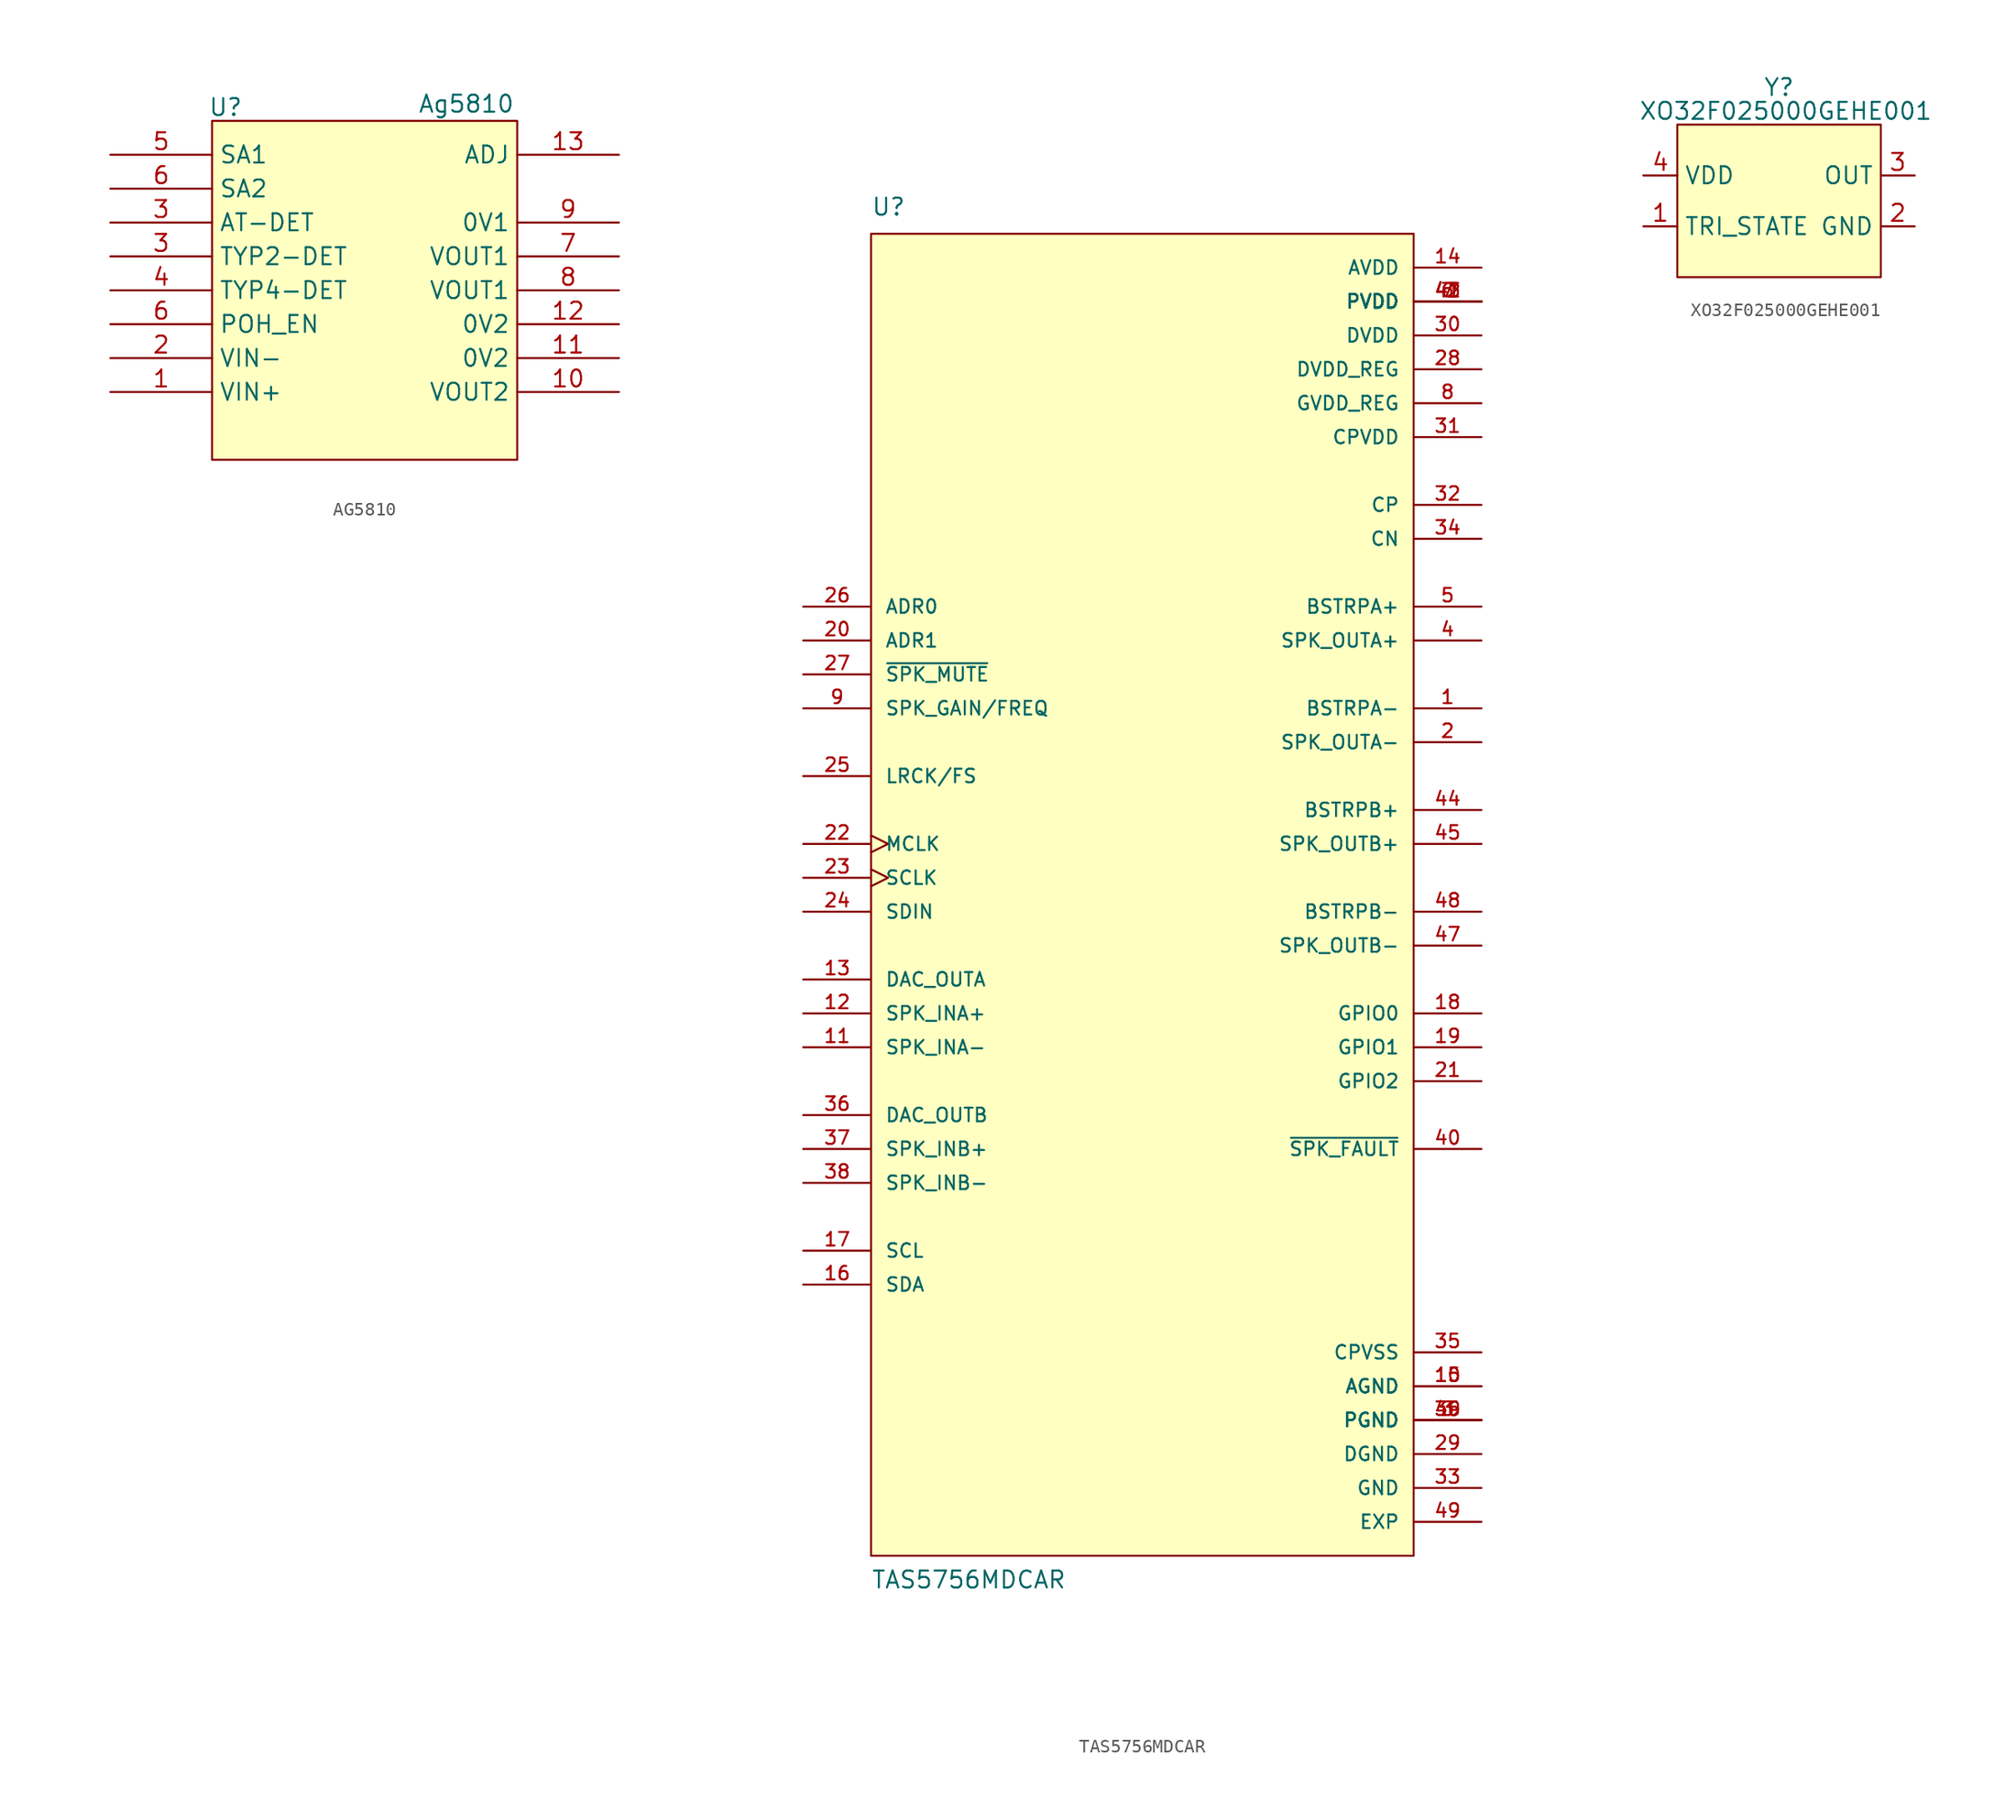
<source format=kicad_sym>
(kicad_symbol_lib
  (version 20241209)
  (generator "kicad_symbol_editor")
  (generator_version "9.0")
  (symbol "AG5810"
    (property "Reference" "U"
      (at -10.414 13.716 0)
      (effects (font (size 1.27 1.27))))
    (property "Value" "Ag5810"
      (at 7.62 13.97 0)
      (effects (font (size 1.27 1.27))))
    (symbol "AG5810_0_1"
      (pin output line (at -19.05 5.08 0) (length 7.62) (name "AT-DET" (effects (font (size 1.27 1.27)))) (number "3" (effects (font (size 1.27 1.27)))))
      (pin power_out line (at 19.05 -2.54 180) (length 7.62) (name "0V2" (effects (font (size 1.27 1.27)))) (number "12" (effects (font (size 1.27 1.27)))))
      (pin power_out line (at 19.05 -5.08 180) (length 7.62) (name "0V2" (effects (font (size 1.27 1.27)))) (number "11" (effects (font (size 1.27 1.27))))))
    (symbol "AG5810_1_1"
      (rectangle (start -11.43 12.7) (end 11.43 -12.7) (stroke (width 0) (type solid)) (fill (type background)))
      (pin input line (at -19.05 10.16 0) (length 7.62) (name "SA1" (effects (font (size 1.27 1.27)))) (number "5" (effects (font (size 1.27 1.27)))))
      (pin input line (at -19.05 7.62 0) (length 7.62) (name "SA2" (effects (font (size 1.27 1.27)))) (number "6" (effects (font (size 1.27 1.27)))))
      (pin output line (at -19.05 2.54 0) (length 7.62) (name "TYP2-DET" (effects (font (size 1.27 1.27)))) (number "3" (effects (font (size 1.27 1.27)))))
      (pin output line (at -19.05 0 0) (length 7.62) (name "TYP4-DET" (effects (font (size 1.27 1.27)))) (number "4" (effects (font (size 1.27 1.27)))))
      (pin input line (at -19.05 -2.54 0) (length 7.62) (name "POH_EN" (effects (font (size 1.27 1.27)))) (number "6" (effects (font (size 1.27 1.27)))))
      (pin power_in line (at -19.05 -5.08 0) (length 7.62) (name "VIN-" (effects (font (size 1.27 1.27)))) (number "2" (effects (font (size 1.27 1.27)))))
      (pin power_in line (at -19.05 -7.62 0) (length 7.62) (name "VIN+" (effects (font (size 1.27 1.27)))) (number "1" (effects (font (size 1.27 1.27)))))
      (pin input line (at 19.05 10.16 180) (length 7.62) (name "ADJ" (effects (font (size 1.27 1.27)))) (number "13" (effects (font (size 1.27 1.27)))))
      (pin power_out line (at 19.05 5.08 180) (length 7.62) (name "0V1" (effects (font (size 1.27 1.27)))) (number "9" (effects (font (size 1.27 1.27)))))
      (pin power_out line (at 19.05 2.54 180) (length 7.62) (name "VOUT1" (effects (font (size 1.27 1.27)))) (number "7" (effects (font (size 1.27 1.27)))))
      (pin power_out line (at 19.05 0 180) (length 7.62) (name "VOUT1" (effects (font (size 1.27 1.27)))) (number "8" (effects (font (size 1.27 1.27)))))
      (pin power_out line (at 19.05 -7.62 180) (length 7.62) (name "VOUT2" (effects (font (size 1.27 1.27)))) (number "10" (effects (font (size 1.27 1.27)))))))
  (symbol "TAS5756MDCAR"
    (pin_names
      (offset 1.016))
    (property "Reference" "U"
      (at -20.32 49.53 0)
      (effects (font (size 1.27 1.27)) (justify left bottom)))
    (property "Value" "TAS5756MDCAR"
      (at -20.32 -53.34 0)
      (effects (font (size 1.27 1.27)) (justify left bottom)))
    (symbol "TAS5756MDCAR_0_0"
      (rectangle (start -20.32 48.26) (end 20.32 -50.8) (stroke (width 0.152) (type default)) (fill (type background)))
      (pin input line (at -25.4 20.32 0) (length 5.08) (name "ADR0" (effects (font (size 1.016 1.016)))) (number "26" (effects (font (size 1.016 1.016)))))
      (pin input line (at -25.4 17.78 0) (length 5.08) (name "ADR1" (effects (font (size 1.016 1.016)))) (number "20" (effects (font (size 1.016 1.016)))))
      (pin input line (at -25.4 15.24 0) (length 5.08) (name "~{SPK_MUTE}" (effects (font (size 1.016 1.016)))) (number "27" (effects (font (size 1.016 1.016)))))
      (pin input line (at -25.4 12.7 0) (length 5.08) (name "SPK_GAIN/FREQ" (effects (font (size 1.016 1.016)))) (number "9" (effects (font (size 1.016 1.016)))))
      (pin bidirectional line (at -25.4 7.62 0) (length 5.08) (name "LRCK/FS" (effects (font (size 1.016 1.016)))) (number "25" (effects (font (size 1.016 1.016)))))
      (pin input clock (at -25.4 2.54 0) (length 5.08) (name "MCLK" (effects (font (size 1.016 1.016)))) (number "22" (effects (font (size 1.016 1.016)))))
      (pin input clock (at -25.4 0 0) (length 5.08) (name "SCLK" (effects (font (size 1.016 1.016)))) (number "23" (effects (font (size 1.016 1.016)))))
      (pin input line (at -25.4 -2.54 0) (length 5.08) (name "SDIN" (effects (font (size 1.016 1.016)))) (number "24" (effects (font (size 1.016 1.016)))))
      (pin output line (at -25.4 -7.62 0) (length 5.08) (name "DAC_OUTA" (effects (font (size 1.016 1.016)))) (number "13" (effects (font (size 1.016 1.016)))))
      (pin input line (at -25.4 -10.16 0) (length 5.08) (name "SPK_INA+" (effects (font (size 1.016 1.016)))) (number "12" (effects (font (size 1.016 1.016)))))
      (pin input line (at -25.4 -12.7 0) (length 5.08) (name "SPK_INA-" (effects (font (size 1.016 1.016)))) (number "11" (effects (font (size 1.016 1.016)))))
      (pin output line (at -25.4 -17.78 0) (length 5.08) (name "DAC_OUTB" (effects (font (size 1.016 1.016)))) (number "36" (effects (font (size 1.016 1.016)))))
      (pin input line (at -25.4 -20.32 0) (length 5.08) (name "SPK_INB+" (effects (font (size 1.016 1.016)))) (number "37" (effects (font (size 1.016 1.016)))))
      (pin input line (at -25.4 -22.86 0) (length 5.08) (name "SPK_INB-" (effects (font (size 1.016 1.016)))) (number "38" (effects (font (size 1.016 1.016)))))
      (pin input line (at -25.4 -27.94 0) (length 5.08) (name "SCL" (effects (font (size 1.016 1.016)))) (number "17" (effects (font (size 1.016 1.016)))))
      (pin bidirectional line (at -25.4 -30.48 0) (length 5.08) (name "SDA" (effects (font (size 1.016 1.016)))) (number "16" (effects (font (size 1.016 1.016)))))
      (pin power_in line (at 25.4 45.72 180) (length 5.08) (name "AVDD" (effects (font (size 1.016 1.016)))) (number "14" (effects (font (size 1.016 1.016)))))
      (pin power_in line (at 25.4 43.18 180) (length 5.08) (name "PVDD" (effects (font (size 1.016 1.016)))) (number "41" (effects (font (size 1.016 1.016)))))
      (pin power_in line (at 25.4 43.18 180) (length 5.08) (name "PVDD" (effects (font (size 1.016 1.016)))) (number "42" (effects (font (size 1.016 1.016)))))
      (pin power_in line (at 25.4 43.18 180) (length 5.08) (name "PVDD" (effects (font (size 1.016 1.016)))) (number "43" (effects (font (size 1.016 1.016)))))
      (pin power_in line (at 25.4 43.18 180) (length 5.08) (name "PVDD" (effects (font (size 1.016 1.016)))) (number "6" (effects (font (size 1.016 1.016)))))
      (pin power_in line (at 25.4 43.18 180) (length 5.08) (name "PVDD" (effects (font (size 1.016 1.016)))) (number "7" (effects (font (size 1.016 1.016)))))
      (pin bidirectional line (at 25.4 40.64 180) (length 5.08) (name "DVDD" (effects (font (size 1.016 1.016)))) (number "30" (effects (font (size 1.016 1.016)))))
      (pin bidirectional line (at 25.4 38.1 180) (length 5.08) (name "DVDD_REG" (effects (font (size 1.016 1.016)))) (number "28" (effects (font (size 1.016 1.016)))))
      (pin bidirectional line (at 25.4 35.56 180) (length 5.08) (name "GVDD_REG" (effects (font (size 1.016 1.016)))) (number "8" (effects (font (size 1.016 1.016)))))
      (pin power_in line (at 25.4 33.02 180) (length 5.08) (name "CPVDD" (effects (font (size 1.016 1.016)))) (number "31" (effects (font (size 1.016 1.016)))))
      (pin passive line (at 25.4 27.94 180) (length 5.08) (name "CP" (effects (font (size 1.016 1.016)))) (number "32" (effects (font (size 1.016 1.016)))))
      (pin passive line (at 25.4 25.4 180) (length 5.08) (name "CN" (effects (font (size 1.016 1.016)))) (number "34" (effects (font (size 1.016 1.016)))))
      (pin output line (at 25.4 20.32 180) (length 5.08) (name "BSTRPA+" (effects (font (size 1.016 1.016)))) (number "5" (effects (font (size 1.016 1.016)))))
      (pin output line (at 25.4 17.78 180) (length 5.08) (name "SPK_OUTA+" (effects (font (size 1.016 1.016)))) (number "4" (effects (font (size 1.016 1.016)))))
      (pin output line (at 25.4 12.7 180) (length 5.08) (name "BSTRPA-" (effects (font (size 1.016 1.016)))) (number "1" (effects (font (size 1.016 1.016)))))
      (pin output line (at 25.4 10.16 180) (length 5.08) (name "SPK_OUTA-" (effects (font (size 1.016 1.016)))) (number "2" (effects (font (size 1.016 1.016)))))
      (pin output line (at 25.4 5.08 180) (length 5.08) (name "BSTRPB+" (effects (font (size 1.016 1.016)))) (number "44" (effects (font (size 1.016 1.016)))))
      (pin output line (at 25.4 2.54 180) (length 5.08) (name "SPK_OUTB+" (effects (font (size 1.016 1.016)))) (number "45" (effects (font (size 1.016 1.016)))))
      (pin output line (at 25.4 -2.54 180) (length 5.08) (name "BSTRPB-" (effects (font (size 1.016 1.016)))) (number "48" (effects (font (size 1.016 1.016)))))
      (pin output line (at 25.4 -5.08 180) (length 5.08) (name "SPK_OUTB-" (effects (font (size 1.016 1.016)))) (number "47" (effects (font (size 1.016 1.016)))))
      (pin bidirectional line (at 25.4 -10.16 180) (length 5.08) (name "GPIO0" (effects (font (size 1.016 1.016)))) (number "18" (effects (font (size 1.016 1.016)))))
      (pin bidirectional line (at 25.4 -12.7 180) (length 5.08) (name "GPIO1" (effects (font (size 1.016 1.016)))) (number "19" (effects (font (size 1.016 1.016)))))
      (pin bidirectional line (at 25.4 -15.24 180) (length 5.08) (name "GPIO2" (effects (font (size 1.016 1.016)))) (number "21" (effects (font (size 1.016 1.016)))))
      (pin output line (at 25.4 -20.32 180) (length 5.08) (name "~{SPK_FAULT}" (effects (font (size 1.016 1.016)))) (number "40" (effects (font (size 1.016 1.016)))))
      (pin power_in line (at 25.4 -35.56 180) (length 5.08) (name "CPVSS" (effects (font (size 1.016 1.016)))) (number "35" (effects (font (size 1.016 1.016)))))
      (pin power_in line (at 25.4 -38.1 180) (length 5.08) (name "AGND" (effects (font (size 1.016 1.016)))) (number "10" (effects (font (size 1.016 1.016)))))
      (pin power_in line (at 25.4 -38.1 180) (length 5.08) (name "AGND" (effects (font (size 1.016 1.016)))) (number "15" (effects (font (size 1.016 1.016)))))
      (pin power_in line (at 25.4 -40.64 180) (length 5.08) (name "PGND" (effects (font (size 1.016 1.016)))) (number "3" (effects (font (size 1.016 1.016)))))
      (pin power_in line (at 25.4 -40.64 180) (length 5.08) (name "PGND" (effects (font (size 1.016 1.016)))) (number "39" (effects (font (size 1.016 1.016)))))
      (pin power_in line (at 25.4 -40.64 180) (length 5.08) (name "PGND" (effects (font (size 1.016 1.016)))) (number "46" (effects (font (size 1.016 1.016)))))
      (pin power_in line (at 25.4 -43.18 180) (length 5.08) (name "DGND" (effects (font (size 1.016 1.016)))) (number "29" (effects (font (size 1.016 1.016)))))
      (pin power_in line (at 25.4 -45.72 180) (length 5.08) (name "GND" (effects (font (size 1.016 1.016)))) (number "33" (effects (font (size 1.016 1.016)))))
      (pin power_in line (at 25.4 -48.26 180) (length 5.08) (name "EXP" (effects (font (size 1.016 1.016)))) (number "49" (effects (font (size 1.016 1.016)))))))
  (symbol "XO32F025000GEHE001"
    (property "Reference" "Y"
      (at 0 9.144 0)
      (effects (font (size 1.27 1.27))))
    (property "Value" "XO32F025000GEHE001"
      (at 0.508 7.366 0)
      (effects (font (size 1.27 1.27))))
    (symbol "XO32F025000GEHE001_1_1"
      (rectangle (start -7.62 6.35) (end 7.62 -5.08) (stroke (width 0) (type default)) (fill (type background)))
      (pin input line (at -10.16 2.54 0) (length 2.54) (name "VDD" (effects (font (size 1.27 1.27)))) (number "4" (effects (font (size 1.27 1.27)))))
      (pin input line (at -10.16 -1.27 0) (length 2.54) (name "TRI_STATE" (effects (font (size 1.27 1.27)))) (number "1" (effects (font (size 1.27 1.27)))))
      (pin output line (at 10.16 2.54 180) (length 2.54) (name "OUT" (effects (font (size 1.27 1.27)))) (number "3" (effects (font (size 1.27 1.27)))))
      (pin power_in line (at 10.16 -1.27 180) (length 2.54) (name "GND" (effects (font (size 1.27 1.27)))) (number "2" (effects (font (size 1.27 1.27))))))))
</source>
